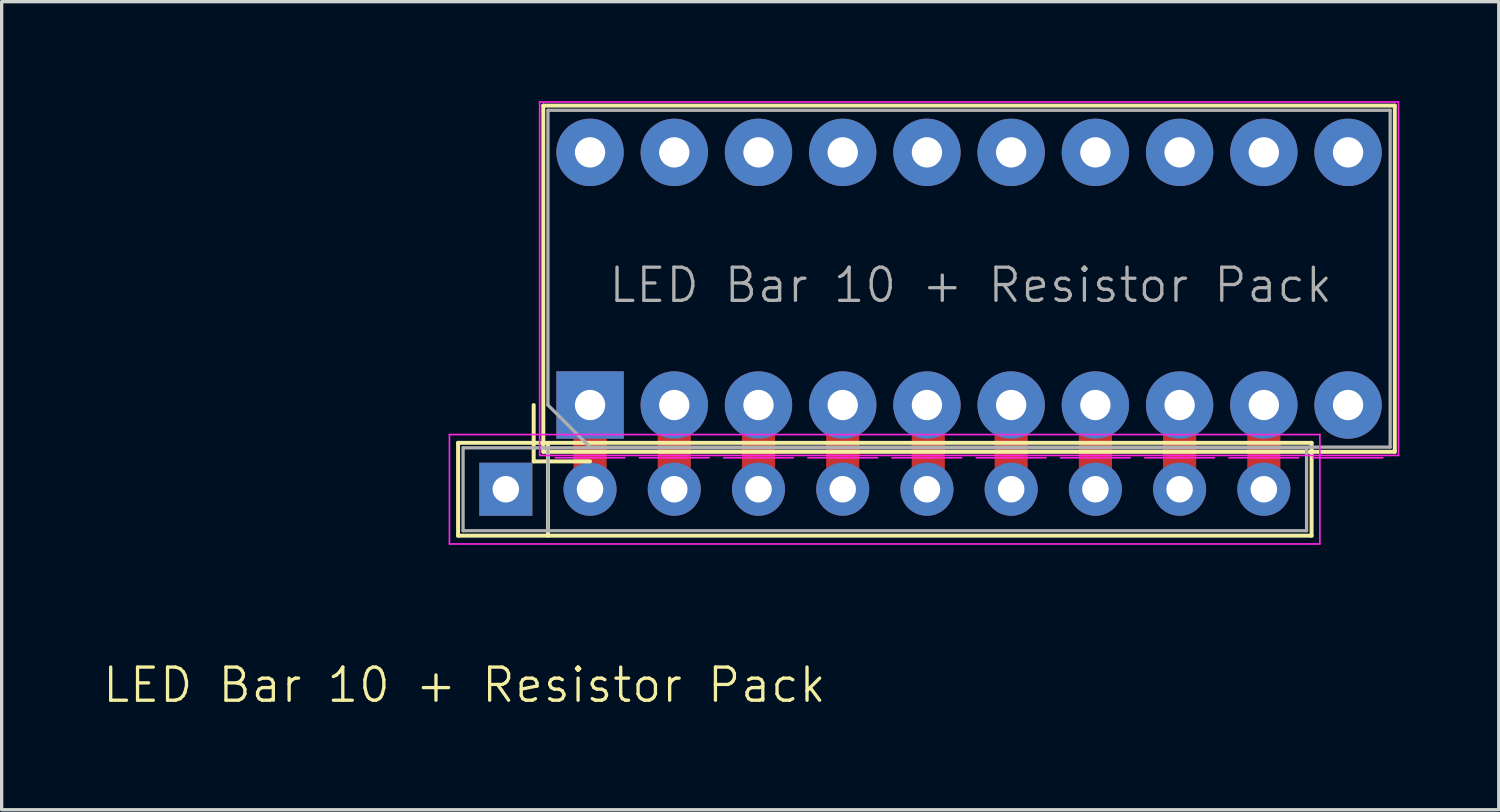
<source format=kicad_pcb>
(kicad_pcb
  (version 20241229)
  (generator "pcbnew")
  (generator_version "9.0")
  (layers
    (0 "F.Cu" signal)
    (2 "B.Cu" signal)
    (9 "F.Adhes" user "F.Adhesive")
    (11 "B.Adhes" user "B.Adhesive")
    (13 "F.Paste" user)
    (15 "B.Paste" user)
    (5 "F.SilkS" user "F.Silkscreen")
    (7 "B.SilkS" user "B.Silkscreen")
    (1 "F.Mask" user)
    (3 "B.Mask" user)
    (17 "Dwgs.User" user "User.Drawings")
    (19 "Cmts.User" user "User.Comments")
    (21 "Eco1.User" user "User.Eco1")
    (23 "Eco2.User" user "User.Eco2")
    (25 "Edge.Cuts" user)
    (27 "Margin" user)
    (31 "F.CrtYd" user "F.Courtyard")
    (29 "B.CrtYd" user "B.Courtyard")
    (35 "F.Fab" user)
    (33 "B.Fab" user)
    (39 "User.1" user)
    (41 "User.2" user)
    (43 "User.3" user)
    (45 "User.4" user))
  (footprint "LED Bar 10 + Resistor Pack"
    (layer "F.Cu")
    (at 26.175 10.5)
    (property "Reference" "LED Bar 10 + Resistor Pack" (at -15.22 7.11 0) (unlocked yes) (layer "F.SilkS") (effects (font (size 1 1) (thickness 0.1))))
    (attr through_hole)
    (fp_line (start -15.41 -0.195) (end -15.41 2.605) (stroke (width 0.12) (type solid)) (layer "F.SilkS"))
    (fp_line (start -15.41 2.605) (end 10.33 2.605) (stroke (width 0.12) (type solid)) (layer "F.SilkS"))
    (fp_line (start -13.13 -1.335) (end -13.13 0.365) (stroke (width 0.12) (type solid)) (layer "F.SilkS"))
    (fp_line (start -13.13 0.365) (end -11.43 0.365) (stroke (width 0.12) (type solid)) (layer "F.SilkS"))
    (fp_line (start -12.84 -10.365) (end 12.84 -10.365) (stroke (width 0.12) (type solid)) (layer "F.SilkS"))
    (fp_line (start -12.84 0.075) (end -12.84 -10.365) (stroke (width 0.12) (type solid)) (layer "F.SilkS"))
    (fp_line (start -12.7 -0.195) (end -12.7 2.605) (stroke (width 0.12) (type solid)) (layer "F.SilkS"))
    (fp_line (start 10.33 -0.195) (end -15.41 -0.195) (stroke (width 0.12) (type solid)) (layer "F.SilkS"))
    (fp_line (start 10.33 2.605) (end 10.33 -0.195) (stroke (width 0.12) (type solid)) (layer "F.SilkS"))
    (fp_line (start 12.84 -10.365) (end 12.84 0.075) (stroke (width 0.12) (type solid)) (layer "F.SilkS"))
    (fp_line (start 12.84 0.075) (end -12.84 0.075) (stroke (width 0.12) (type solid)) (layer "F.SilkS"))
    (fp_line (start -15.67 -0.445) (end -15.67 2.855) (stroke (width 0.05) (type solid)) (layer "F.CrtYd"))
    (fp_line (start -15.67 2.855) (end 10.58 2.855) (stroke (width 0.05) (type solid)) (layer "F.CrtYd"))
    (fp_line (start -12.95 0.185) (end -12.95 -10.475) (stroke (width 0.05) (type solid)) (layer "F.CrtYd"))
    (fp_line (start -12.95 0.185) (end 12.95 0.185) (stroke (width 0.05) (type solid)) (layer "F.CrtYd"))
    (fp_line (start -10.38 0.255) (end -12.48 0.255) (stroke (width 0.05) (type solid)) (layer "F.CrtYd"))
    (fp_line (start -7.84 0.255) (end -9.94 0.255) (stroke (width 0.05) (type solid)) (layer "F.CrtYd"))
    (fp_line (start -5.3 0.255) (end -7.4 0.255) (stroke (width 0.05) (type solid)) (layer "F.CrtYd"))
    (fp_line (start -2.76 0.255) (end -4.86 0.255) (stroke (width 0.05) (type solid)) (layer "F.CrtYd"))
    (fp_line (start -0.22 0.255) (end -2.32 0.255) (stroke (width 0.05) (type solid)) (layer "F.CrtYd"))
    (fp_line (start 2.32 0.255) (end 0.22 0.255) (stroke (width 0.05) (type solid)) (layer "F.CrtYd"))
    (fp_line (start 4.86 0.255) (end 2.76 0.255) (stroke (width 0.05) (type solid)) (layer "F.CrtYd"))
    (fp_line (start 7.4 0.255) (end 5.3 0.255) (stroke (width 0.05) (type solid)) (layer "F.CrtYd"))
    (fp_line (start 9.94 0.255) (end 7.84 0.255) (stroke (width 0.05) (type solid)) (layer "F.CrtYd"))
    (fp_line (start 10.58 -0.445) (end -15.67 -0.445) (stroke (width 0.05) (type solid)) (layer "F.CrtYd"))
    (fp_line (start 10.58 2.855) (end 10.58 -0.445) (stroke (width 0.05) (type solid)) (layer "F.CrtYd"))
    (fp_line (start 12.48 0.255) (end 10.38 0.255) (stroke (width 0.05) (type solid)) (layer "F.CrtYd"))
    (fp_line (start 12.95 -10.475) (end -12.95 -10.475) (stroke (width 0.05) (type solid)) (layer "F.CrtYd"))
    (fp_line (start 12.95 0.185) (end 12.95 -10.475) (stroke (width 0.05) (type solid)) (layer "F.CrtYd"))
    (fp_line (start -15.26 -0.045) (end -15.26 2.455) (stroke (width 0.1) (type solid)) (layer "F.Fab"))
    (fp_line (start -15.26 2.455) (end 10.18 2.455) (stroke (width 0.1) (type solid)) (layer "F.Fab"))
    (fp_line (start -12.7 -10.225) (end 12.7 -10.225) (stroke (width 0.1) (type solid)) (layer "F.Fab"))
    (fp_line (start -12.7 -1.335) (end -12.7 -10.225) (stroke (width 0.1) (type solid)) (layer "F.Fab"))
    (fp_line (start -12.7 -1.335) (end -11.43 -0.065) (stroke (width 0.1) (type solid)) (layer "F.Fab"))
    (fp_line (start -12.7 -0.045) (end -12.7 2.455) (stroke (width 0.1) (type solid)) (layer "F.Fab"))
    (fp_line (start -11.43 -0.065) (end 12.7 -0.065) (stroke (width 0.1) (type solid)) (layer "F.Fab"))
    (fp_line (start 10.18 -0.045) (end -15.26 -0.045) (stroke (width 0.1) (type solid)) (layer "F.Fab"))
    (fp_line (start 10.18 2.455) (end 10.18 -0.045) (stroke (width 0.1) (type solid)) (layer "F.Fab"))
    (fp_line (start 12.7 -0.065) (end 12.7 -10.225) (stroke (width 0.1) (type solid)) (layer "F.Fab"))
    (fp_text user "${REFERENCE}" (at 0.05 -4.95 180) (layer "F.Fab") (effects (font (size 1 1) (thickness 0.1))))
    (pad "" thru_hole rect (at -11.43 -1.335) (size 2.032 2.032) (drill 0.914) (layers "*.Cu" "*.Mask"))
    (pad "" smd rect (at -11.43 0.01) (size 1 1.6) (layers "F.Cu" "F.Mask" "F.Paste"))
    (pad "" thru_hole circle (at -11.43 1.205 270) (size 1.4 1.4) (drill 0.7) (layers "*.Cu" "*.Mask"))
    (pad "" thru_hole circle (at -8.89 -1.335) (size 2.032 2.032) (drill 0.914) (layers "*.Cu" "*.Mask"))
    (pad "" smd rect (at -8.89 0.01) (size 1 1.6) (layers "F.Cu" "F.Mask" "F.Paste"))
    (pad "" thru_hole circle (at -8.89 1.205 270) (size 1.4 1.4) (drill 0.7) (layers "*.Cu" "*.Mask"))
    (pad "" thru_hole circle (at -6.35 -1.335) (size 2.032 2.032) (drill 0.914) (layers "*.Cu" "*.Mask"))
    (pad "" smd rect (at -6.35 0.01) (size 1 1.6) (layers "F.Cu" "F.Mask" "F.Paste"))
    (pad "" thru_hole circle (at -6.35 1.205 270) (size 1.4 1.4) (drill 0.7) (layers "*.Cu" "*.Mask"))
    (pad "" thru_hole circle (at -3.81 -1.335) (size 2.032 2.032) (drill 0.914) (layers "*.Cu" "*.Mask"))
    (pad "" smd rect (at -3.81 0.01) (size 1 1.6) (layers "F.Cu" "F.Mask" "F.Paste"))
    (pad "" thru_hole circle (at -3.81 1.205 270) (size 1.4 1.4) (drill 0.7) (layers "*.Cu" "*.Mask"))
    (pad "" thru_hole circle (at -1.27 -1.335) (size 2.032 2.032) (drill 0.914) (layers "*.Cu" "*.Mask"))
    (pad "" thru_hole circle (at -1.27 1.205 270) (size 1.4 1.4) (drill 0.7) (layers "*.Cu" "*.Mask"))
    (pad "" smd rect (at -1.23 0.01) (size 1 1.6) (layers "F.Cu" "F.Mask" "F.Paste"))
    (pad "" thru_hole circle (at 1.27 -1.335) (size 2.032 2.032) (drill 0.914) (layers "*.Cu" "*.Mask"))
    (pad "" smd rect (at 1.27 0.01) (size 1 1.6) (layers "F.Cu" "F.Mask" "F.Paste"))
    (pad "" thru_hole circle (at 1.27 1.205 270) (size 1.4 1.4) (drill 0.7) (layers "*.Cu" "*.Mask"))
    (pad "" thru_hole circle (at 3.81 -1.335) (size 2.032 2.032) (drill 0.914) (layers "*.Cu" "*.Mask"))
    (pad "" smd rect (at 3.81 0.01) (size 1 1.6) (layers "F.Cu" "F.Mask" "F.Paste"))
    (pad "" thru_hole circle (at 3.81 1.205 270) (size 1.4 1.4) (drill 0.7) (layers "*.Cu" "*.Mask"))
    (pad "" thru_hole circle (at 6.35 -1.335) (size 2.032 2.032) (drill 0.914) (layers "*.Cu" "*.Mask"))
    (pad "" smd rect (at 6.35 0.01) (size 1 1.6) (layers "F.Cu" "F.Mask" "F.Paste"))
    (pad "" thru_hole circle (at 6.35 1.205 270) (size 1.4 1.4) (drill 0.7) (layers "*.Cu" "*.Mask"))
    (pad "" thru_hole circle (at 8.89 -1.335) (size 2.032 2.032) (drill 0.914) (layers "*.Cu" "*.Mask"))
    (pad "" smd rect (at 8.89 0.01) (size 1 1.6) (layers "F.Cu" "F.Mask" "F.Paste"))
    (pad "" thru_hole circle (at 8.89 1.205 270) (size 1.4 1.4) (drill 0.7) (layers "*.Cu" "*.Mask"))
    (pad "1" thru_hole rect (at -13.97 1.205) (size 1.6 1.6) (drill 0.8) (layers "*.Cu" "*.Mask"))
    (pad "2" thru_hole oval (at -11.43 1.205) (size 1.6 1.6) (drill 0.8) (layers "*.Cu" "*.Mask"))
    (pad "3" thru_hole oval (at -8.89 1.205) (size 1.6 1.6) (drill 0.8) (layers "*.Cu" "*.Mask"))
    (pad "4" thru_hole oval (at -6.35 1.205) (size 1.6 1.6) (drill 0.8) (layers "*.Cu" "*.Mask"))
    (pad "5" thru_hole oval (at -3.81 1.205) (size 1.6 1.6) (drill 0.8) (layers "*.Cu" "*.Mask"))
    (pad "6" thru_hole oval (at -1.27 1.205) (size 1.6 1.6) (drill 0.8) (layers "*.Cu" "*.Mask"))
    (pad "7" thru_hole oval (at 1.27 1.205) (size 1.6 1.6) (drill 0.8) (layers "*.Cu" "*.Mask"))
    (pad "8" thru_hole oval (at 3.81 1.205) (size 1.6 1.6) (drill 0.8) (layers "*.Cu" "*.Mask"))
    (pad "9" thru_hole oval (at 6.35 1.205) (size 1.6 1.6) (drill 0.8) (layers "*.Cu" "*.Mask"))
    (pad "10" thru_hole oval (at 8.89 1.205) (size 1.6 1.6) (drill 0.8) (layers "*.Cu" "*.Mask"))
    (pad "11" thru_hole circle (at 11.43 -8.955) (size 2.032 2.032) (drill 0.914) (layers "*.Cu" "*.Mask"))
    (pad "12" thru_hole circle (at 8.89 -8.955) (size 2.032 2.032) (drill 0.914) (layers "*.Cu" "*.Mask"))
    (pad "13" thru_hole circle (at 6.35 -8.955) (size 2.032 2.032) (drill 0.914) (layers "*.Cu" "*.Mask"))
    (pad "14" thru_hole circle (at 3.81 -8.955) (size 2.032 2.032) (drill 0.914) (layers "*.Cu" "*.Mask"))
    (pad "15" thru_hole circle (at 1.27 -8.955) (size 2.032 2.032) (drill 0.914) (layers "*.Cu" "*.Mask"))
    (pad "16" thru_hole circle (at -1.27 -8.955) (size 2.032 2.032) (drill 0.914) (layers "*.Cu" "*.Mask"))
    (pad "17" thru_hole circle (at -3.81 -8.955) (size 2.032 2.032) (drill 0.914) (layers "*.Cu" "*.Mask"))
    (pad "18" thru_hole circle (at -6.35 -8.955) (size 2.032 2.032) (drill 0.914) (layers "*.Cu" "*.Mask"))
    (pad "19" thru_hole circle (at -8.89 -8.955) (size 2.032 2.032) (drill 0.914) (layers "*.Cu" "*.Mask"))
    (pad "20" thru_hole circle (at -11.43 -8.955) (size 2.032 2.032) (drill 0.914) (layers "*.Cu" "*.Mask"))
    (pad "21" thru_hole circle (at 11.43 -1.335) (size 2.032 2.032) (drill 0.914) (layers "*.Cu" "*.Mask")))
  (gr_rect
    (start -3 -3)
    (end 42.15 21.37)
    (stroke (width 0.1) (type default))
    (fill no)
    (layer "Edge.Cuts")))
</source>
